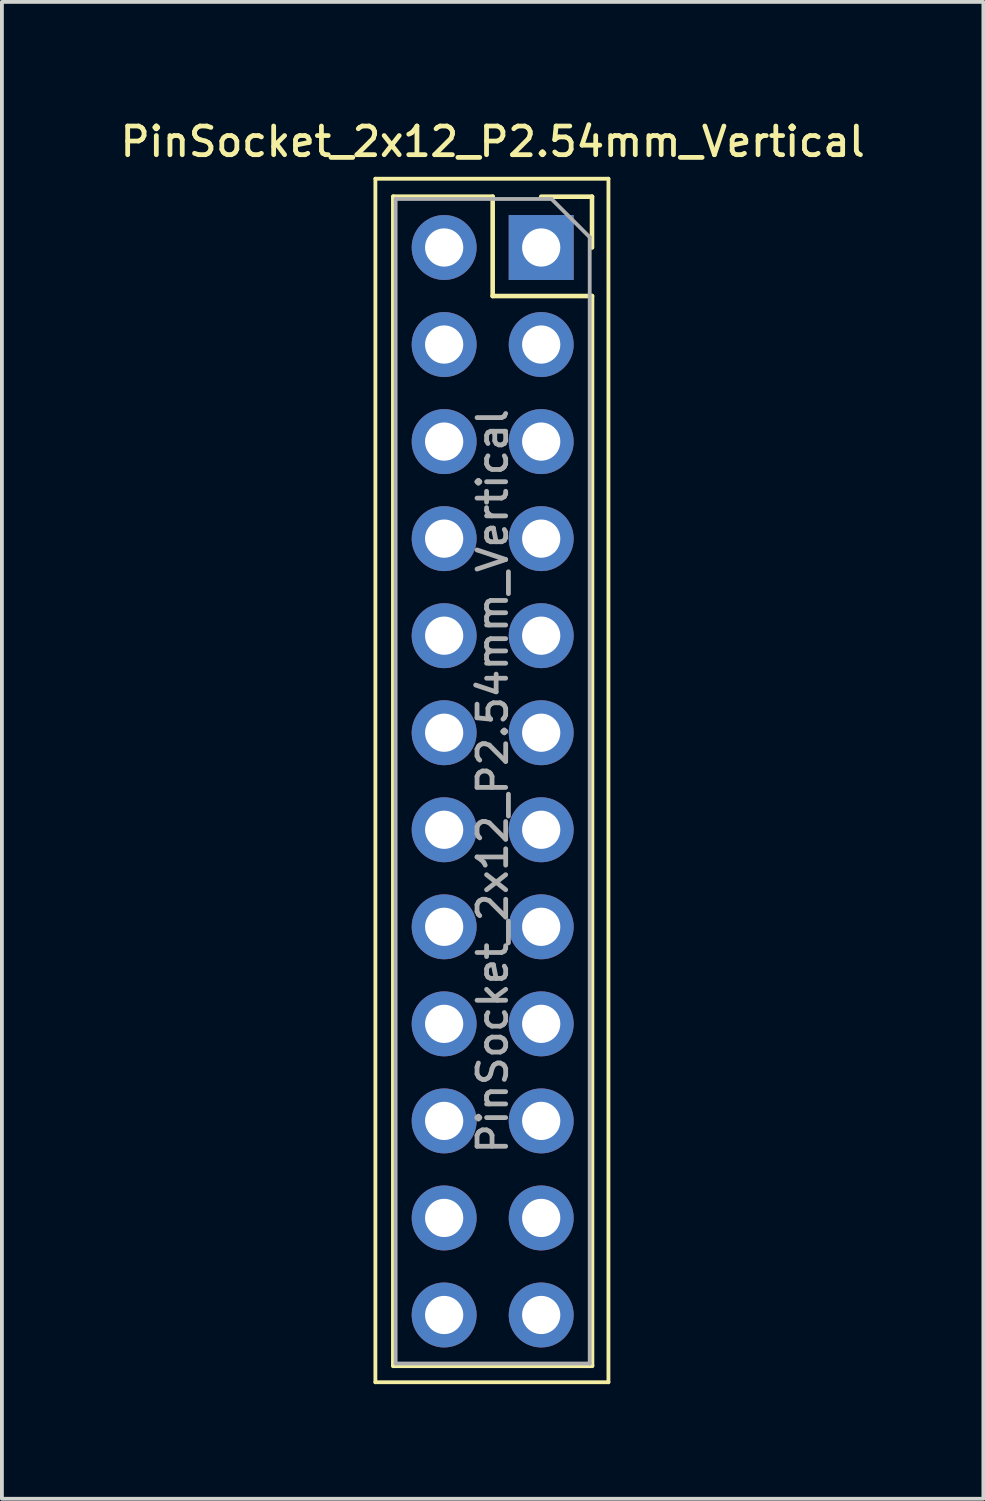
<source format=kicad_pcb>
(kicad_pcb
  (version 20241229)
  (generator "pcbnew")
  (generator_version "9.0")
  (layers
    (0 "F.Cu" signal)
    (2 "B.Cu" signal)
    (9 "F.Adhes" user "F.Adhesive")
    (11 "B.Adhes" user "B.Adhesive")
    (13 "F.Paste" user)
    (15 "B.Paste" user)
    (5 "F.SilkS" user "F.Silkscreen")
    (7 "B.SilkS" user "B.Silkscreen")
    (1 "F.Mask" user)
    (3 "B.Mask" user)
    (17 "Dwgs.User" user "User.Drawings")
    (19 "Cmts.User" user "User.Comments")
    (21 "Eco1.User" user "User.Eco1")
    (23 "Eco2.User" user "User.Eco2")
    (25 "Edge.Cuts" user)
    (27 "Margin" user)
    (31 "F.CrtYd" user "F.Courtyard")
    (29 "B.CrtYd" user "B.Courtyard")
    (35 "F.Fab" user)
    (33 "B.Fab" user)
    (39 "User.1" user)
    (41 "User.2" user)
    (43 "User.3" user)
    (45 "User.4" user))
  (footprint "PinSocket_2x12_P2.54mm_Vertical"
    (layer "F.Cu")
    (at 11.115 3.428)
    (property "Reference" "PinSocket_2x12_P2.54mm_Vertical" (at -1.27 -2.77 0) (layer "F.SilkS") (effects (font (size 0.75 0.75) (thickness 0.125))))
    (attr through_hole)
    (fp_line (start -4.34 -1.8) (end 1.76 -1.8) (stroke (width 0.1) (type solid)) (layer "F.SilkS"))
    (fp_line (start -4.34 29.7) (end -4.34 -1.8) (stroke (width 0.1) (type solid)) (layer "F.SilkS"))
    (fp_line (start -3.87 -1.33) (end -3.87 29.27) (stroke (width 0.12) (type solid)) (layer "F.SilkS"))
    (fp_line (start -3.87 -1.33) (end -1.27 -1.33) (stroke (width 0.12) (type solid)) (layer "F.SilkS"))
    (fp_line (start -3.87 29.27) (end 1.33 29.27) (stroke (width 0.12) (type solid)) (layer "F.SilkS"))
    (fp_line (start -1.27 -1.33) (end -1.27 1.27) (stroke (width 0.12) (type solid)) (layer "F.SilkS"))
    (fp_line (start -1.27 1.27) (end 1.33 1.27) (stroke (width 0.12) (type solid)) (layer "F.SilkS"))
    (fp_line (start 0 -1.33) (end 1.33 -1.33) (stroke (width 0.12) (type solid)) (layer "F.SilkS"))
    (fp_line (start 1.33 -1.33) (end 1.33 0) (stroke (width 0.12) (type solid)) (layer "F.SilkS"))
    (fp_line (start 1.33 1.27) (end 1.33 29.27) (stroke (width 0.12) (type solid)) (layer "F.SilkS"))
    (fp_line (start 1.76 -1.8) (end 1.76 29.7) (stroke (width 0.1) (type solid)) (layer "F.SilkS"))
    (fp_line (start 1.76 29.7) (end -4.34 29.7) (stroke (width 0.1) (type solid)) (layer "F.SilkS"))
    (fp_line (start -3.81 -1.27) (end 0.27 -1.27) (stroke (width 0.1) (type solid)) (layer "F.Fab"))
    (fp_line (start -3.81 29.21) (end -3.81 -1.27) (stroke (width 0.1) (type solid)) (layer "F.Fab"))
    (fp_line (start 0.27 -1.27) (end 1.27 -0.27) (stroke (width 0.1) (type solid)) (layer "F.Fab"))
    (fp_line (start 1.27 -0.27) (end 1.27 29.21) (stroke (width 0.1) (type solid)) (layer "F.Fab"))
    (fp_line (start 1.27 29.21) (end -3.81 29.21) (stroke (width 0.1) (type solid)) (layer "F.Fab"))
    (fp_text user "${REFERENCE}" (at -1.27 13.97 90) (layer "F.Fab") (effects (font (size 0.75 0.75) (thickness 0.125))))
    (pad "1" thru_hole rect (at 0 0) (size 1.7 1.7) (drill 1) (layers "*.Cu" "*.Mask"))
    (pad "2" thru_hole oval (at -2.54 0) (size 1.7 1.7) (drill 1) (layers "*.Cu" "*.Mask"))
    (pad "3" thru_hole oval (at 0 2.54) (size 1.7 1.7) (drill 1) (layers "*.Cu" "*.Mask"))
    (pad "4" thru_hole oval (at -2.54 2.54) (size 1.7 1.7) (drill 1) (layers "*.Cu" "*.Mask"))
    (pad "5" thru_hole oval (at 0 5.08) (size 1.7 1.7) (drill 1) (layers "*.Cu" "*.Mask"))
    (pad "6" thru_hole oval (at -2.54 5.08) (size 1.7 1.7) (drill 1) (layers "*.Cu" "*.Mask"))
    (pad "7" thru_hole oval (at 0 7.62) (size 1.7 1.7) (drill 1) (layers "*.Cu" "*.Mask"))
    (pad "8" thru_hole oval (at -2.54 7.62) (size 1.7 1.7) (drill 1) (layers "*.Cu" "*.Mask"))
    (pad "9" thru_hole oval (at 0 10.16) (size 1.7 1.7) (drill 1) (layers "*.Cu" "*.Mask"))
    (pad "10" thru_hole oval (at -2.54 10.16) (size 1.7 1.7) (drill 1) (layers "*.Cu" "*.Mask"))
    (pad "11" thru_hole oval (at 0 12.7) (size 1.7 1.7) (drill 1) (layers "*.Cu" "*.Mask"))
    (pad "12" thru_hole oval (at -2.54 12.7) (size 1.7 1.7) (drill 1) (layers "*.Cu" "*.Mask"))
    (pad "13" thru_hole oval (at 0 15.24) (size 1.7 1.7) (drill 1) (layers "*.Cu" "*.Mask"))
    (pad "14" thru_hole oval (at -2.54 15.24) (size 1.7 1.7) (drill 1) (layers "*.Cu" "*.Mask"))
    (pad "15" thru_hole oval (at 0 17.78) (size 1.7 1.7) (drill 1) (layers "*.Cu" "*.Mask"))
    (pad "16" thru_hole oval (at -2.54 17.78) (size 1.7 1.7) (drill 1) (layers "*.Cu" "*.Mask"))
    (pad "17" thru_hole oval (at 0 20.32) (size 1.7 1.7) (drill 1) (layers "*.Cu" "*.Mask"))
    (pad "18" thru_hole oval (at -2.54 20.32) (size 1.7 1.7) (drill 1) (layers "*.Cu" "*.Mask"))
    (pad "19" thru_hole oval (at 0 22.86) (size 1.7 1.7) (drill 1) (layers "*.Cu" "*.Mask"))
    (pad "20" thru_hole oval (at -2.54 22.86) (size 1.7 1.7) (drill 1) (layers "*.Cu" "*.Mask"))
    (pad "21" thru_hole oval (at 0 25.4) (size 1.7 1.7) (drill 1) (layers "*.Cu" "*.Mask"))
    (pad "22" thru_hole oval (at -2.54 25.4) (size 1.7 1.7) (drill 1) (layers "*.Cu" "*.Mask"))
    (pad "23" thru_hole oval (at 0 27.94) (size 1.7 1.7) (drill 1) (layers "*.Cu" "*.Mask"))
    (pad "24" thru_hole oval (at -2.54 27.94) (size 1.7 1.7) (drill 1) (layers "*.Cu" "*.Mask")))
  (gr_rect
    (start -3 -3)
    (end 22.689 36.178)
    (stroke (width 0.1) (type default))
    (fill no)
    (layer "Edge.Cuts")))
</source>
